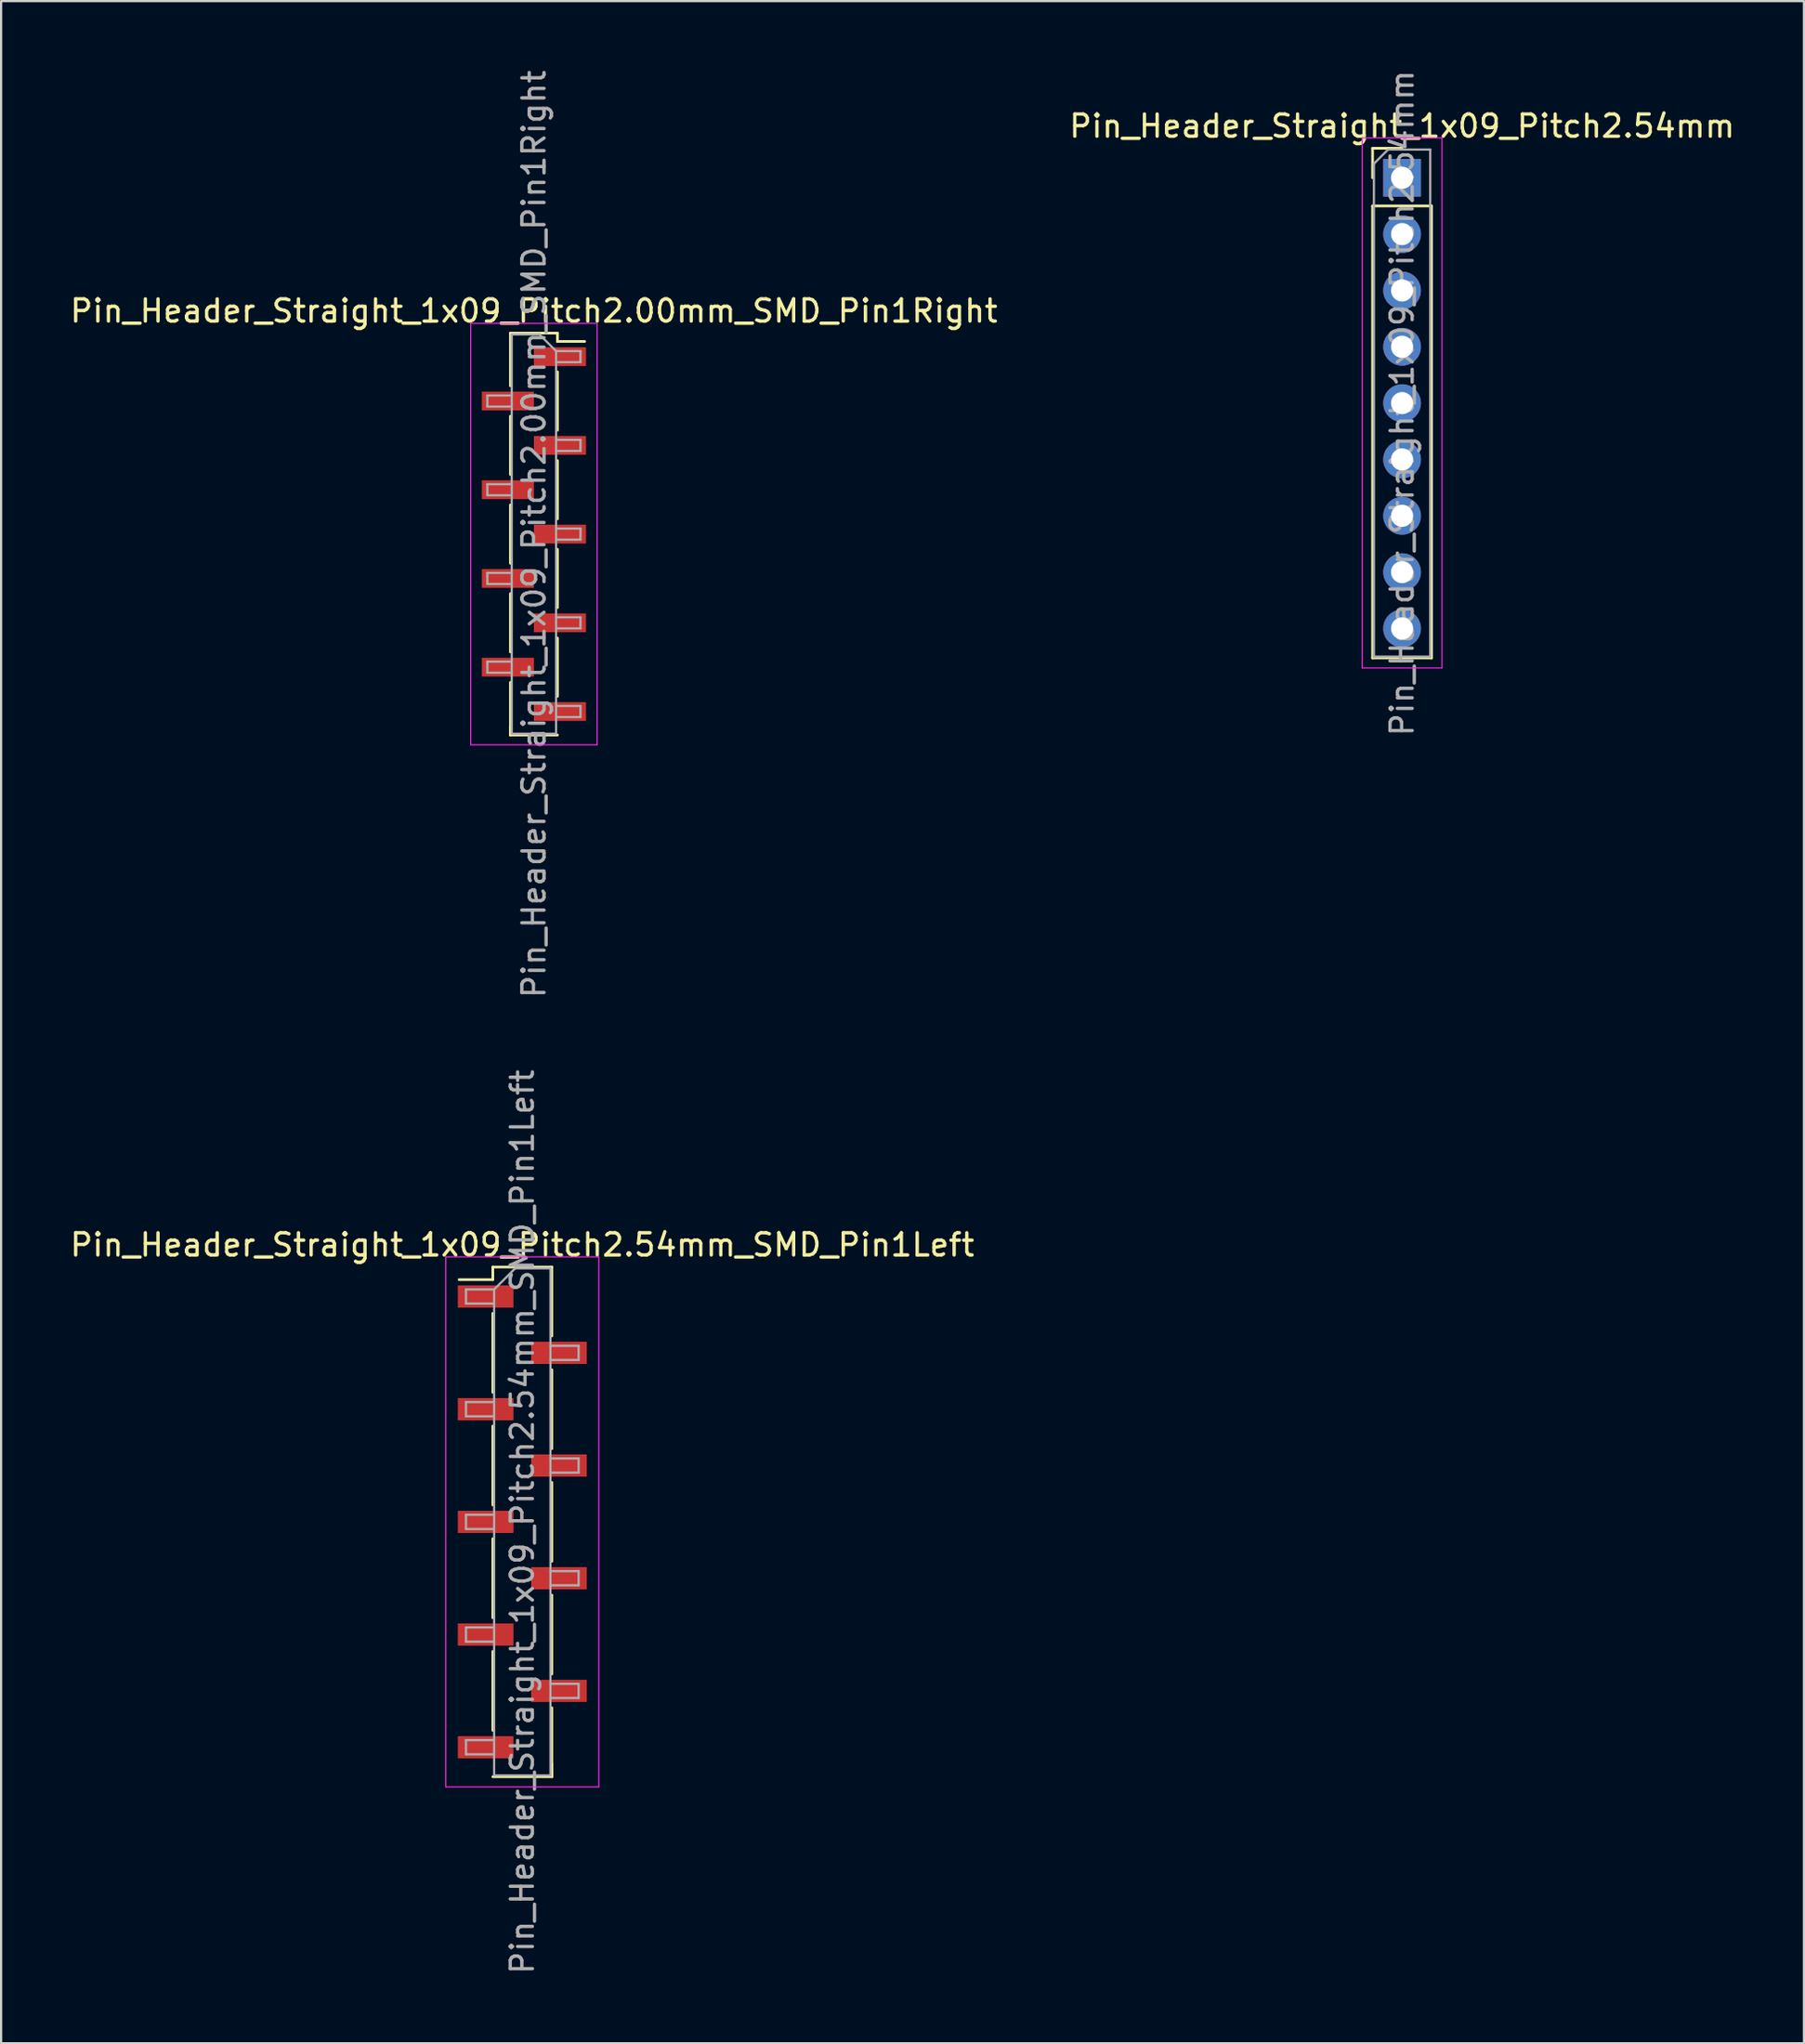
<source format=kicad_pcb>
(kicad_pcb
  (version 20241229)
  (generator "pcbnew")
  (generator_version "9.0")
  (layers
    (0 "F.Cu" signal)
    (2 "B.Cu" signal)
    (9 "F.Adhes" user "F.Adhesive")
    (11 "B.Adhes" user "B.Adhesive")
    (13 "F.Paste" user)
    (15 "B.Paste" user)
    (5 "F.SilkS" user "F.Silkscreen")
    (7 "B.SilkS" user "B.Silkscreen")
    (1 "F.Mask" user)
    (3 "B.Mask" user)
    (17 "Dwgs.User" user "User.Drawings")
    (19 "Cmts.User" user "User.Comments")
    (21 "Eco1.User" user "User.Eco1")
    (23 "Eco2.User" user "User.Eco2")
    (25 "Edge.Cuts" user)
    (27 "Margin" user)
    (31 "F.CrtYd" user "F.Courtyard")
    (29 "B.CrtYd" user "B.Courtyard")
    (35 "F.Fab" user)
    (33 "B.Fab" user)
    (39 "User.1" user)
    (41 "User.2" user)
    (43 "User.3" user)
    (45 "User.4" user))
  (footprint "Pin_Header_Straight_1x09_Pitch2.54mm_SMD_Pin1Left"
    (layer "F.Cu")
    (at 20.506 65.565)
    (property "Reference" "Pin_Header_Straight_1x09_Pitch2.54mm_SMD_Pin1Left" (at 0 -12.49 0) (layer "F.SilkS") (effects (font (size 1 1) (thickness 0.15))))
    (attr smd)
    (fp_line (start -1.33 -11.49) (end -1.33 -10.92) (stroke (width 0.12) (type solid)) (layer "F.SilkS"))
    (fp_line (start -1.33 -11.49) (end 1.33 -11.49) (stroke (width 0.12) (type solid)) (layer "F.SilkS"))
    (fp_line (start -1.33 -10.92) (end -2.85 -10.92) (stroke (width 0.12) (type solid)) (layer "F.SilkS"))
    (fp_line (start -1.33 -9.4) (end -1.33 -5.84) (stroke (width 0.12) (type solid)) (layer "F.SilkS"))
    (fp_line (start -1.33 -4.32) (end -1.33 -0.76) (stroke (width 0.12) (type solid)) (layer "F.SilkS"))
    (fp_line (start -1.33 0.76) (end -1.33 4.32) (stroke (width 0.12) (type solid)) (layer "F.SilkS"))
    (fp_line (start -1.33 5.84) (end -1.33 9.4) (stroke (width 0.12) (type solid)) (layer "F.SilkS"))
    (fp_line (start -1.33 11.49) (end 1.33 11.49) (stroke (width 0.12) (type solid)) (layer "F.SilkS"))
    (fp_line (start 1.33 -11.49) (end 1.33 -8.38) (stroke (width 0.12) (type solid)) (layer "F.SilkS"))
    (fp_line (start 1.33 -6.86) (end 1.33 -3.3) (stroke (width 0.12) (type solid)) (layer "F.SilkS"))
    (fp_line (start 1.33 -1.78) (end 1.33 1.78) (stroke (width 0.12) (type solid)) (layer "F.SilkS"))
    (fp_line (start 1.33 3.3) (end 1.33 6.86) (stroke (width 0.12) (type solid)) (layer "F.SilkS"))
    (fp_line (start 1.33 8.38) (end 1.33 11.49) (stroke (width 0.12) (type solid)) (layer "F.SilkS"))
    (fp_line (start 1.33 10.92) (end 1.33 11.49) (stroke (width 0.12) (type solid)) (layer "F.SilkS"))
    (fp_line (start -3.45 -11.95) (end -3.45 11.95) (stroke (width 0.05) (type solid)) (layer "F.CrtYd"))
    (fp_line (start -3.45 11.95) (end 3.45 11.95) (stroke (width 0.05) (type solid)) (layer "F.CrtYd"))
    (fp_line (start 3.45 -11.95) (end -3.45 -11.95) (stroke (width 0.05) (type solid)) (layer "F.CrtYd"))
    (fp_line (start 3.45 11.95) (end 3.45 -11.95) (stroke (width 0.05) (type solid)) (layer "F.CrtYd"))
    (fp_line (start -2.54 -10.48) (end -2.54 -9.84) (stroke (width 0.1) (type solid)) (layer "F.Fab"))
    (fp_line (start -2.54 -9.84) (end -1.27 -9.84) (stroke (width 0.1) (type solid)) (layer "F.Fab"))
    (fp_line (start -2.54 -5.4) (end -2.54 -4.76) (stroke (width 0.1) (type solid)) (layer "F.Fab"))
    (fp_line (start -2.54 -4.76) (end -1.27 -4.76) (stroke (width 0.1) (type solid)) (layer "F.Fab"))
    (fp_line (start -2.54 -0.32) (end -2.54 0.32) (stroke (width 0.1) (type solid)) (layer "F.Fab"))
    (fp_line (start -2.54 0.32) (end -1.27 0.32) (stroke (width 0.1) (type solid)) (layer "F.Fab"))
    (fp_line (start -2.54 4.76) (end -2.54 5.4) (stroke (width 0.1) (type solid)) (layer "F.Fab"))
    (fp_line (start -2.54 5.4) (end -1.27 5.4) (stroke (width 0.1) (type solid)) (layer "F.Fab"))
    (fp_line (start -2.54 9.84) (end -2.54 10.48) (stroke (width 0.1) (type solid)) (layer "F.Fab"))
    (fp_line (start -2.54 10.48) (end -1.27 10.48) (stroke (width 0.1) (type solid)) (layer "F.Fab"))
    (fp_line (start -1.27 -10.48) (end -2.54 -10.48) (stroke (width 0.1) (type solid)) (layer "F.Fab"))
    (fp_line (start -1.27 -10.48) (end -0.32 -11.43) (stroke (width 0.1) (type solid)) (layer "F.Fab"))
    (fp_line (start -1.27 -5.4) (end -2.54 -5.4) (stroke (width 0.1) (type solid)) (layer "F.Fab"))
    (fp_line (start -1.27 -0.32) (end -2.54 -0.32) (stroke (width 0.1) (type solid)) (layer "F.Fab"))
    (fp_line (start -1.27 4.76) (end -2.54 4.76) (stroke (width 0.1) (type solid)) (layer "F.Fab"))
    (fp_line (start -1.27 9.84) (end -2.54 9.84) (stroke (width 0.1) (type solid)) (layer "F.Fab"))
    (fp_line (start -1.27 11.43) (end -1.27 -10.48) (stroke (width 0.1) (type solid)) (layer "F.Fab"))
    (fp_line (start -0.32 -11.43) (end 1.27 -11.43) (stroke (width 0.1) (type solid)) (layer "F.Fab"))
    (fp_line (start 1.27 -11.43) (end 1.27 11.43) (stroke (width 0.1) (type solid)) (layer "F.Fab"))
    (fp_line (start 1.27 -7.94) (end 2.54 -7.94) (stroke (width 0.1) (type solid)) (layer "F.Fab"))
    (fp_line (start 1.27 -2.86) (end 2.54 -2.86) (stroke (width 0.1) (type solid)) (layer "F.Fab"))
    (fp_line (start 1.27 2.22) (end 2.54 2.22) (stroke (width 0.1) (type solid)) (layer "F.Fab"))
    (fp_line (start 1.27 7.3) (end 2.54 7.3) (stroke (width 0.1) (type solid)) (layer "F.Fab"))
    (fp_line (start 1.27 11.43) (end -1.27 11.43) (stroke (width 0.1) (type solid)) (layer "F.Fab"))
    (fp_line (start 2.54 -7.94) (end 2.54 -7.3) (stroke (width 0.1) (type solid)) (layer "F.Fab"))
    (fp_line (start 2.54 -7.3) (end 1.27 -7.3) (stroke (width 0.1) (type solid)) (layer "F.Fab"))
    (fp_line (start 2.54 -2.86) (end 2.54 -2.22) (stroke (width 0.1) (type solid)) (layer "F.Fab"))
    (fp_line (start 2.54 -2.22) (end 1.27 -2.22) (stroke (width 0.1) (type solid)) (layer "F.Fab"))
    (fp_line (start 2.54 2.22) (end 2.54 2.86) (stroke (width 0.1) (type solid)) (layer "F.Fab"))
    (fp_line (start 2.54 2.86) (end 1.27 2.86) (stroke (width 0.1) (type solid)) (layer "F.Fab"))
    (fp_line (start 2.54 7.3) (end 2.54 7.94) (stroke (width 0.1) (type solid)) (layer "F.Fab"))
    (fp_line (start 2.54 7.94) (end 1.27 7.94) (stroke (width 0.1) (type solid)) (layer "F.Fab"))
    (fp_text user "${REFERENCE}" (at 0 0 90) (layer "F.Fab") (effects (font (size 1 1) (thickness 0.15))))
    (pad "1" smd rect (at -1.655 -10.16) (size 2.51 1) (layers "F.Cu" "F.Mask" "F.Paste"))
    (pad "2" smd rect (at 1.655 -7.62) (size 2.51 1) (layers "F.Cu" "F.Mask" "F.Paste"))
    (pad "3" smd rect (at -1.655 -5.08) (size 2.51 1) (layers "F.Cu" "F.Mask" "F.Paste"))
    (pad "4" smd rect (at 1.655 -2.54) (size 2.51 1) (layers "F.Cu" "F.Mask" "F.Paste"))
    (pad "5" smd rect (at -1.655 0) (size 2.51 1) (layers "F.Cu" "F.Mask" "F.Paste"))
    (pad "6" smd rect (at 1.655 2.54) (size 2.51 1) (layers "F.Cu" "F.Mask" "F.Paste"))
    (pad "7" smd rect (at -1.655 5.08) (size 2.51 1) (layers "F.Cu" "F.Mask" "F.Paste"))
    (pad "8" smd rect (at 1.655 7.62) (size 2.51 1) (layers "F.Cu" "F.Mask" "F.Paste"))
    (pad "9" smd rect (at -1.655 10.16) (size 2.51 1) (layers "F.Cu" "F.Mask" "F.Paste")))
  (footprint "Pin_Header_Straight_1x09_Pitch2.00mm_SMD_Pin1Right"
    (layer "F.Cu")
    (at 21.03 21.03)
    (property "Reference" "Pin_Header_Straight_1x09_Pitch2.00mm_SMD_Pin1Right" (at 0 -10.06 0) (layer "F.SilkS") (effects (font (size 1 1) (thickness 0.15))))
    (attr smd)
    (fp_line (start -1.06 -9.06) (end -1.06 -6.685) (stroke (width 0.12) (type solid)) (layer "F.SilkS"))
    (fp_line (start -1.06 -9.06) (end 1.06 -9.06) (stroke (width 0.12) (type solid)) (layer "F.SilkS"))
    (fp_line (start -1.06 -5.315) (end -1.06 -2.685) (stroke (width 0.12) (type solid)) (layer "F.SilkS"))
    (fp_line (start -1.06 -1.315) (end -1.06 1.315) (stroke (width 0.12) (type solid)) (layer "F.SilkS"))
    (fp_line (start -1.06 2.685) (end -1.06 5.315) (stroke (width 0.12) (type solid)) (layer "F.SilkS"))
    (fp_line (start -1.06 6.685) (end -1.06 9.06) (stroke (width 0.12) (type solid)) (layer "F.SilkS"))
    (fp_line (start -1.06 8.685) (end -1.06 9.06) (stroke (width 0.12) (type solid)) (layer "F.SilkS"))
    (fp_line (start -1.06 9.06) (end 1.06 9.06) (stroke (width 0.12) (type solid)) (layer "F.SilkS"))
    (fp_line (start 1.06 -9.06) (end 1.06 -8.685) (stroke (width 0.12) (type solid)) (layer "F.SilkS"))
    (fp_line (start 1.06 -8.685) (end 2.29 -8.685) (stroke (width 0.12) (type solid)) (layer "F.SilkS"))
    (fp_line (start 1.06 -7.315) (end 1.06 -4.685) (stroke (width 0.12) (type solid)) (layer "F.SilkS"))
    (fp_line (start 1.06 -3.315) (end 1.06 -0.685) (stroke (width 0.12) (type solid)) (layer "F.SilkS"))
    (fp_line (start 1.06 0.685) (end 1.06 3.315) (stroke (width 0.12) (type solid)) (layer "F.SilkS"))
    (fp_line (start 1.06 4.685) (end 1.06 7.315) (stroke (width 0.12) (type solid)) (layer "F.SilkS"))
    (fp_line (start -2.85 -9.5) (end -2.85 9.5) (stroke (width 0.05) (type solid)) (layer "F.CrtYd"))
    (fp_line (start -2.85 9.5) (end 2.85 9.5) (stroke (width 0.05) (type solid)) (layer "F.CrtYd"))
    (fp_line (start 2.85 -9.5) (end -2.85 -9.5) (stroke (width 0.05) (type solid)) (layer "F.CrtYd"))
    (fp_line (start 2.85 9.5) (end 2.85 -9.5) (stroke (width 0.05) (type solid)) (layer "F.CrtYd"))
    (fp_line (start -2.1 -6.25) (end -2.1 -5.75) (stroke (width 0.1) (type solid)) (layer "F.Fab"))
    (fp_line (start -2.1 -5.75) (end -1 -5.75) (stroke (width 0.1) (type solid)) (layer "F.Fab"))
    (fp_line (start -2.1 -2.25) (end -2.1 -1.75) (stroke (width 0.1) (type solid)) (layer "F.Fab"))
    (fp_line (start -2.1 -1.75) (end -1 -1.75) (stroke (width 0.1) (type solid)) (layer "F.Fab"))
    (fp_line (start -2.1 1.75) (end -2.1 2.25) (stroke (width 0.1) (type solid)) (layer "F.Fab"))
    (fp_line (start -2.1 2.25) (end -1 2.25) (stroke (width 0.1) (type solid)) (layer "F.Fab"))
    (fp_line (start -2.1 5.75) (end -2.1 6.25) (stroke (width 0.1) (type solid)) (layer "F.Fab"))
    (fp_line (start -2.1 6.25) (end -1 6.25) (stroke (width 0.1) (type solid)) (layer "F.Fab"))
    (fp_line (start -1 -9) (end -1 9) (stroke (width 0.1) (type solid)) (layer "F.Fab"))
    (fp_line (start -1 -9) (end 0.25 -9) (stroke (width 0.1) (type solid)) (layer "F.Fab"))
    (fp_line (start -1 -6.25) (end -2.1 -6.25) (stroke (width 0.1) (type solid)) (layer "F.Fab"))
    (fp_line (start -1 -2.25) (end -2.1 -2.25) (stroke (width 0.1) (type solid)) (layer "F.Fab"))
    (fp_line (start -1 1.75) (end -2.1 1.75) (stroke (width 0.1) (type solid)) (layer "F.Fab"))
    (fp_line (start -1 5.75) (end -2.1 5.75) (stroke (width 0.1) (type solid)) (layer "F.Fab"))
    (fp_line (start 1 -8.25) (end 0.25 -9) (stroke (width 0.1) (type solid)) (layer "F.Fab"))
    (fp_line (start 1 -8.25) (end 2.1 -8.25) (stroke (width 0.1) (type solid)) (layer "F.Fab"))
    (fp_line (start 1 -4.25) (end 2.1 -4.25) (stroke (width 0.1) (type solid)) (layer "F.Fab"))
    (fp_line (start 1 -0.25) (end 2.1 -0.25) (stroke (width 0.1) (type solid)) (layer "F.Fab"))
    (fp_line (start 1 3.75) (end 2.1 3.75) (stroke (width 0.1) (type solid)) (layer "F.Fab"))
    (fp_line (start 1 7.75) (end 2.1 7.75) (stroke (width 0.1) (type solid)) (layer "F.Fab"))
    (fp_line (start 1 9) (end -1 9) (stroke (width 0.1) (type solid)) (layer "F.Fab"))
    (fp_line (start 1 9) (end 1 -8.25) (stroke (width 0.1) (type solid)) (layer "F.Fab"))
    (fp_line (start 2.1 -8.25) (end 2.1 -7.75) (stroke (width 0.1) (type solid)) (layer "F.Fab"))
    (fp_line (start 2.1 -7.75) (end 1 -7.75) (stroke (width 0.1) (type solid)) (layer "F.Fab"))
    (fp_line (start 2.1 -4.25) (end 2.1 -3.75) (stroke (width 0.1) (type solid)) (layer "F.Fab"))
    (fp_line (start 2.1 -3.75) (end 1 -3.75) (stroke (width 0.1) (type solid)) (layer "F.Fab"))
    (fp_line (start 2.1 -0.25) (end 2.1 0.25) (stroke (width 0.1) (type solid)) (layer "F.Fab"))
    (fp_line (start 2.1 0.25) (end 1 0.25) (stroke (width 0.1) (type solid)) (layer "F.Fab"))
    (fp_line (start 2.1 3.75) (end 2.1 4.25) (stroke (width 0.1) (type solid)) (layer "F.Fab"))
    (fp_line (start 2.1 4.25) (end 1 4.25) (stroke (width 0.1) (type solid)) (layer "F.Fab"))
    (fp_line (start 2.1 7.75) (end 2.1 8.25) (stroke (width 0.1) (type solid)) (layer "F.Fab"))
    (fp_line (start 2.1 8.25) (end 1 8.25) (stroke (width 0.1) (type solid)) (layer "F.Fab"))
    (fp_text user "${REFERENCE}" (at 0 0 90) (layer "F.Fab") (effects (font (size 1 1) (thickness 0.15))))
    (pad "1" smd rect (at 1.175 -8) (size 2.35 0.85) (layers "F.Cu" "F.Mask" "F.Paste"))
    (pad "2" smd rect (at -1.175 -6) (size 2.35 0.85) (layers "F.Cu" "F.Mask" "F.Paste"))
    (pad "3" smd rect (at 1.175 -4) (size 2.35 0.85) (layers "F.Cu" "F.Mask" "F.Paste"))
    (pad "4" smd rect (at -1.175 -2) (size 2.35 0.85) (layers "F.Cu" "F.Mask" "F.Paste"))
    (pad "5" smd rect (at 1.175 0) (size 2.35 0.85) (layers "F.Cu" "F.Mask" "F.Paste"))
    (pad "6" smd rect (at -1.175 2) (size 2.35 0.85) (layers "F.Cu" "F.Mask" "F.Paste"))
    (pad "7" smd rect (at 1.175 4) (size 2.35 0.85) (layers "F.Cu" "F.Mask" "F.Paste"))
    (pad "8" smd rect (at -1.175 6) (size 2.35 0.85) (layers "F.Cu" "F.Mask" "F.Paste"))
    (pad "9" smd rect (at 1.175 8) (size 2.35 0.85) (layers "F.Cu" "F.Mask" "F.Paste")))
  (footprint "Pin_Header_Straight_1x09_Pitch2.54mm"
    (layer "F.Cu")
    (at 60.185 4.965)
    (property "Reference" "Pin_Header_Straight_1x09_Pitch2.54mm" (at 0 -2.33 0) (layer "F.SilkS") (effects (font (size 1 1) (thickness 0.15))))
    (attr through_hole)
    (fp_line (start -1.33 -1.33) (end 0 -1.33) (stroke (width 0.12) (type solid)) (layer "F.SilkS"))
    (fp_line (start -1.33 0) (end -1.33 -1.33) (stroke (width 0.12) (type solid)) (layer "F.SilkS"))
    (fp_line (start -1.33 1.27) (end -1.33 21.65) (stroke (width 0.12) (type solid)) (layer "F.SilkS"))
    (fp_line (start -1.33 1.27) (end 1.33 1.27) (stroke (width 0.12) (type solid)) (layer "F.SilkS"))
    (fp_line (start -1.33 21.65) (end 1.33 21.65) (stroke (width 0.12) (type solid)) (layer "F.SilkS"))
    (fp_line (start 1.33 1.27) (end 1.33 21.65) (stroke (width 0.12) (type solid)) (layer "F.SilkS"))
    (fp_line (start -1.8 -1.8) (end -1.8 22.1) (stroke (width 0.05) (type solid)) (layer "F.CrtYd"))
    (fp_line (start -1.8 22.1) (end 1.8 22.1) (stroke (width 0.05) (type solid)) (layer "F.CrtYd"))
    (fp_line (start 1.8 -1.8) (end -1.8 -1.8) (stroke (width 0.05) (type solid)) (layer "F.CrtYd"))
    (fp_line (start 1.8 22.1) (end 1.8 -1.8) (stroke (width 0.05) (type solid)) (layer "F.CrtYd"))
    (fp_line (start -1.27 -0.635) (end -0.635 -1.27) (stroke (width 0.1) (type solid)) (layer "F.Fab"))
    (fp_line (start -1.27 21.59) (end -1.27 -0.635) (stroke (width 0.1) (type solid)) (layer "F.Fab"))
    (fp_line (start -0.635 -1.27) (end 1.27 -1.27) (stroke (width 0.1) (type solid)) (layer "F.Fab"))
    (fp_line (start 1.27 -1.27) (end 1.27 21.59) (stroke (width 0.1) (type solid)) (layer "F.Fab"))
    (fp_line (start 1.27 21.59) (end -1.27 21.59) (stroke (width 0.1) (type solid)) (layer "F.Fab"))
    (fp_text user "${REFERENCE}" (at 0 10.16 90) (layer "F.Fab") (effects (font (size 1 1) (thickness 0.15))))
    (pad "1" thru_hole rect (at 0 0) (size 1.7 1.7) (drill 1) (layers "*.Cu" "*.Mask"))
    (pad "2" thru_hole oval (at 0 2.54) (size 1.7 1.7) (drill 1) (layers "*.Cu" "*.Mask"))
    (pad "3" thru_hole oval (at 0 5.08) (size 1.7 1.7) (drill 1) (layers "*.Cu" "*.Mask"))
    (pad "4" thru_hole oval (at 0 7.62) (size 1.7 1.7) (drill 1) (layers "*.Cu" "*.Mask"))
    (pad "5" thru_hole oval (at 0 10.16) (size 1.7 1.7) (drill 1) (layers "*.Cu" "*.Mask"))
    (pad "6" thru_hole oval (at 0 12.7) (size 1.7 1.7) (drill 1) (layers "*.Cu" "*.Mask"))
    (pad "7" thru_hole oval (at 0 15.24) (size 1.7 1.7) (drill 1) (layers "*.Cu" "*.Mask"))
    (pad "8" thru_hole oval (at 0 17.78) (size 1.7 1.7) (drill 1) (layers "*.Cu" "*.Mask"))
    (pad "9" thru_hole oval (at 0 20.32) (size 1.7 1.7) (drill 1) (layers "*.Cu" "*.Mask")))
  (gr_rect
    (start -3 -3)
    (end 78.31 89.071)
    (stroke (width 0.1) (type default))
    (fill no)
    (layer "Edge.Cuts")))
</source>
